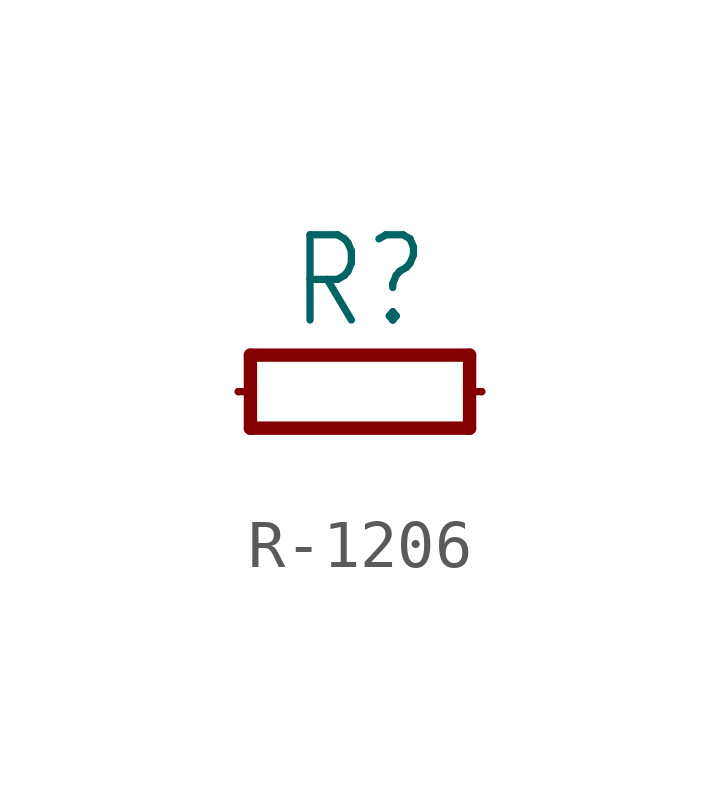
<source format=kicad_sym>
(kicad_symbol_lib
  (version 20241209)
  (generator "kicad_symbol_editor")
  (generator_version "9.0")
  (symbol "R-1206"
    (property "Reference" "R"
      (at 0 1.27 0)
      (effects (font (size 1.778 1.511)) (justify bottom)))
    (property "Value" ""
      (at 0 -1.27 0)
      (effects (font (size 1.778 1.511)) (justify top)))
    (property "ki_locked" ""
      (at 0 0 0)
      (effects (font (size 1.27 1.27))))
    (symbol "R-1206_1_0"
      (polyline (pts (xy -2.54 0) (xy -2.286 0)) (stroke (width 0.152) (type solid)) (fill (type none)))
      (polyline (pts (xy -2.286 0.762) (xy 2.286 0.762)) (stroke (width 0.279) (type solid)) (fill (type none)))
      (polyline (pts (xy -2.286 0) (xy -2.286 0.762)) (stroke (width 0.279) (type solid)) (fill (type none)))
      (polyline (pts (xy -2.286 -0.762) (xy -2.286 0)) (stroke (width 0.279) (type solid)) (fill (type none)))
      (polyline (pts (xy -2.286 -0.762) (xy 2.286 -0.762)) (stroke (width 0.279) (type solid)) (fill (type none)))
      (polyline (pts (xy 2.286 0.762) (xy 2.286 0)) (stroke (width 0.279) (type solid)) (fill (type none)))
      (polyline (pts (xy 2.286 0) (xy 2.286 -0.762)) (stroke (width 0.279) (type solid)) (fill (type none)))
      (polyline (pts (xy 2.286 0) (xy 2.54 0)) (stroke (width 0.152) (type solid)) (fill (type none)))
      (pin passive line (at -2.54 0 0) (length 0) (name "1" (effects (font (size 0 0)))) (number "1" (effects (font (size 0 0)))))
      (pin passive line (at 2.54 0 180) (length 0) (name "2" (effects (font (size 0 0)))) (number "2" (effects (font (size 0 0))))))))
</source>
